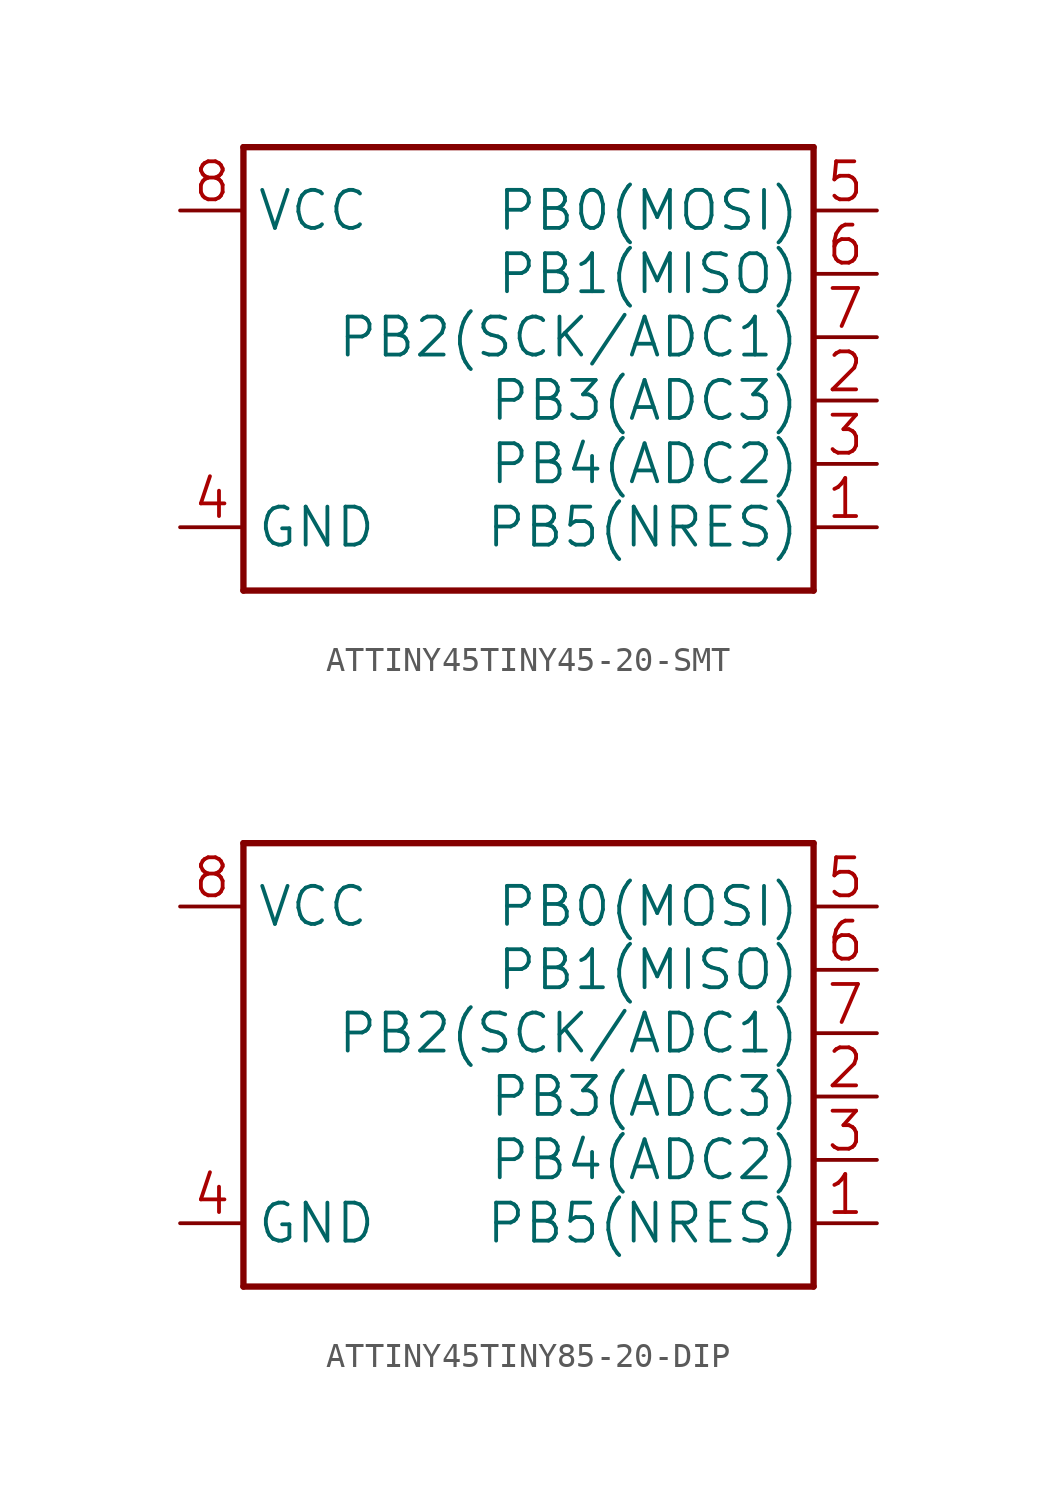
<source format=kicad_sym>
(kicad_symbol_lib
  (version 20241209)
  (generator "kicad_symbol_editor")
  (generator_version "9.0")
  (symbol "ATTINY45TINY45-20-SMT"
    (property "Reference" "U"
      (at -12.7 10.16 0)
      (effects (font (size 1.778 1.511)) (justify left bottom) (hide yes)))
    (property "ki_locked" ""
      (at 0 0 0)
      (effects (font (size 1.27 1.27))))
    (symbol "ATTINY45TINY45-20-SMT_1_0"
      (polyline (pts (xy -12.7 10.16) (xy 10.16 10.16)) (stroke (width 0.254) (type solid)) (fill (type none)))
      (polyline (pts (xy -12.7 -7.62) (xy -12.7 10.16)) (stroke (width 0.254) (type solid)) (fill (type none)))
      (polyline (pts (xy 10.16 10.16) (xy 10.16 -7.62)) (stroke (width 0.254) (type solid)) (fill (type none)))
      (polyline (pts (xy 10.16 -7.62) (xy -12.7 -7.62)) (stroke (width 0.254) (type solid)) (fill (type none)))
      (pin bidirectional line (at -15.24 7.62 0) (length 2.54) (name "VCC" (effects (font (size 1.524 1.524)))) (number "8" (effects (font (size 1.524 1.524)))))
      (pin bidirectional line (at -15.24 -5.08 0) (length 2.54) (name "GND" (effects (font (size 1.524 1.524)))) (number "4" (effects (font (size 1.524 1.524)))))
      (pin bidirectional line (at 12.7 7.62 180) (length 2.54) (name "PB0(MOSI)" (effects (font (size 1.524 1.524)))) (number "5" (effects (font (size 1.524 1.524)))))
      (pin bidirectional line (at 12.7 5.08 180) (length 2.54) (name "PB1(MISO)" (effects (font (size 1.524 1.524)))) (number "6" (effects (font (size 1.524 1.524)))))
      (pin bidirectional line (at 12.7 2.54 180) (length 2.54) (name "PB2(SCK/ADC1)" (effects (font (size 1.524 1.524)))) (number "7" (effects (font (size 1.524 1.524)))))
      (pin bidirectional line (at 12.7 0 180) (length 2.54) (name "PB3(ADC3)" (effects (font (size 1.524 1.524)))) (number "2" (effects (font (size 1.524 1.524)))))
      (pin bidirectional line (at 12.7 -2.54 180) (length 2.54) (name "PB4(ADC2)" (effects (font (size 1.524 1.524)))) (number "3" (effects (font (size 1.524 1.524)))))
      (pin bidirectional line (at 12.7 -5.08 180) (length 2.54) (name "PB5(NRES)" (effects (font (size 1.524 1.524)))) (number "1" (effects (font (size 1.524 1.524)))))))
  (symbol "ATTINY45TINY85-20-DIP"
    (property "Reference" "U"
      (at -12.7 10.16 0)
      (effects (font (size 1.778 1.511)) (justify left bottom) (hide yes)))
    (property "ki_locked" ""
      (at 0 0 0)
      (effects (font (size 1.27 1.27))))
    (symbol "ATTINY45TINY85-20-DIP_1_0"
      (polyline (pts (xy -12.7 10.16) (xy 10.16 10.16)) (stroke (width 0.254) (type solid)) (fill (type none)))
      (polyline (pts (xy -12.7 -7.62) (xy -12.7 10.16)) (stroke (width 0.254) (type solid)) (fill (type none)))
      (polyline (pts (xy 10.16 10.16) (xy 10.16 -7.62)) (stroke (width 0.254) (type solid)) (fill (type none)))
      (polyline (pts (xy 10.16 -7.62) (xy -12.7 -7.62)) (stroke (width 0.254) (type solid)) (fill (type none)))
      (pin bidirectional line (at -15.24 7.62 0) (length 2.54) (name "VCC" (effects (font (size 1.524 1.524)))) (number "8" (effects (font (size 1.524 1.524)))))
      (pin bidirectional line (at -15.24 -5.08 0) (length 2.54) (name "GND" (effects (font (size 1.524 1.524)))) (number "4" (effects (font (size 1.524 1.524)))))
      (pin bidirectional line (at 12.7 7.62 180) (length 2.54) (name "PB0(MOSI)" (effects (font (size 1.524 1.524)))) (number "5" (effects (font (size 1.524 1.524)))))
      (pin bidirectional line (at 12.7 5.08 180) (length 2.54) (name "PB1(MISO)" (effects (font (size 1.524 1.524)))) (number "6" (effects (font (size 1.524 1.524)))))
      (pin bidirectional line (at 12.7 2.54 180) (length 2.54) (name "PB2(SCK/ADC1)" (effects (font (size 1.524 1.524)))) (number "7" (effects (font (size 1.524 1.524)))))
      (pin bidirectional line (at 12.7 0 180) (length 2.54) (name "PB3(ADC3)" (effects (font (size 1.524 1.524)))) (number "2" (effects (font (size 1.524 1.524)))))
      (pin bidirectional line (at 12.7 -2.54 180) (length 2.54) (name "PB4(ADC2)" (effects (font (size 1.524 1.524)))) (number "3" (effects (font (size 1.524 1.524)))))
      (pin bidirectional line (at 12.7 -5.08 180) (length 2.54) (name "PB5(NRES)" (effects (font (size 1.524 1.524)))) (number "1" (effects (font (size 1.524 1.524))))))))
</source>
